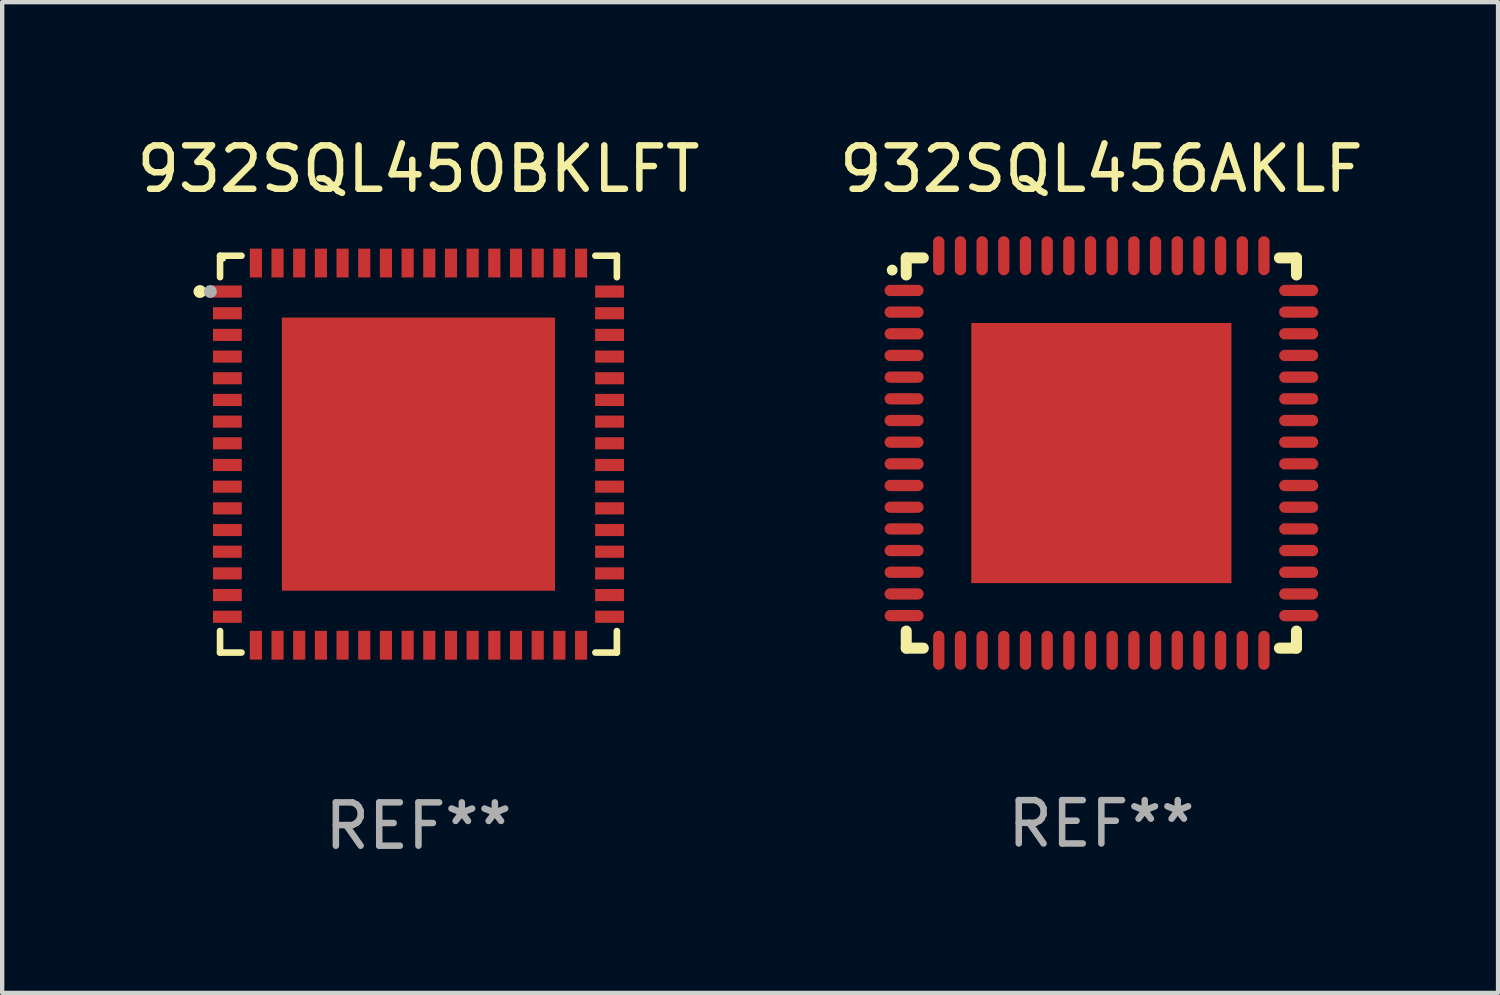
<source format=kicad_pcb>
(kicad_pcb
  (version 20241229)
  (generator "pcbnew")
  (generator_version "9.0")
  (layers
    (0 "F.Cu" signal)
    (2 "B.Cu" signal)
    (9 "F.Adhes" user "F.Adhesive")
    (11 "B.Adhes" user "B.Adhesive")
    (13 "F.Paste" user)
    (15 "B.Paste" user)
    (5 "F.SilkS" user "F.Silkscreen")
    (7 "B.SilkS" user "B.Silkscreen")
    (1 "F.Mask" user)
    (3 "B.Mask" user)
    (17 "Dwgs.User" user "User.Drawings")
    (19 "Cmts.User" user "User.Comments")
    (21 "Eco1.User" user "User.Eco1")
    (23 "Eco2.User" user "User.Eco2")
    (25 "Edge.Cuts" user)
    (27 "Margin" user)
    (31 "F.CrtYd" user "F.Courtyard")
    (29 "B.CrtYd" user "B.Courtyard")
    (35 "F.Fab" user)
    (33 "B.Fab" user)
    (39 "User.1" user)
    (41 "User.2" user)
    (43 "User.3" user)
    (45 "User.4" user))
  (footprint "932SQL456AKLF"
    (layer "F.Cu")
    (at 22.351 7.398)
    (property "Reference" "932SQL456AKLF" (at 0 -6.55 0) (layer "F.SilkS") (effects (font (size 1 1) (thickness 0.15))))
    (attr through_hole)
    (fp_line (start -4.5 -4.5) (end -4.106 -4.5) (stroke (width 0.254) (type solid)) (layer "F.SilkS"))
    (fp_line (start -4.5 -4.106) (end -4.5 -4.5) (stroke (width 0.254) (type solid)) (layer "F.SilkS"))
    (fp_line (start -4.5 4.5) (end -4.5 4.106) (stroke (width 0.254) (type solid)) (layer "F.SilkS"))
    (fp_line (start -4.106 4.5) (end -4.5 4.5) (stroke (width 0.254) (type solid)) (layer "F.SilkS"))
    (fp_line (start 4.106 -4.5) (end 4.5 -4.5) (stroke (width 0.254) (type solid)) (layer "F.SilkS"))
    (fp_line (start 4.5 -4.5) (end 4.5 -4.106) (stroke (width 0.254) (type solid)) (layer "F.SilkS"))
    (fp_line (start 4.5 4.106) (end 4.5 4.5) (stroke (width 0.254) (type solid)) (layer "F.SilkS"))
    (fp_line (start 4.5 4.5) (end 4.106 4.5) (stroke (width 0.254) (type solid)) (layer "F.SilkS"))
    (fp_arc (start -4.824308 -4.217501) (mid -4.824314 -4.218771) (end -4.824308 -4.220041) (stroke (width 0.24892) (type solid)) (layer "F.SilkS"))
    (fp_text user "REF**" (at 0 8.55 0) (layer "F.Fab") (effects (font (size 1 1) (thickness 0.15))))
    (pad "1" smd oval (at -4.55 -3.75) (size 0.9 0.26) (layers "F.Cu" "F.Mask" "F.Paste"))
    (pad "2" smd oval (at -4.55 -3.25) (size 0.9 0.26) (layers "F.Cu" "F.Mask" "F.Paste"))
    (pad "3" smd oval (at -4.55 -2.75) (size 0.9 0.26) (layers "F.Cu" "F.Mask" "F.Paste"))
    (pad "4" smd oval (at -4.55 -2.25) (size 0.9 0.26) (layers "F.Cu" "F.Mask" "F.Paste"))
    (pad "5" smd oval (at -4.55 -1.75) (size 0.9 0.26) (layers "F.Cu" "F.Mask" "F.Paste"))
    (pad "6" smd oval (at -4.55 -1.25) (size 0.9 0.26) (layers "F.Cu" "F.Mask" "F.Paste"))
    (pad "7" smd oval (at -4.55 -0.75) (size 0.9 0.26) (layers "F.Cu" "F.Mask" "F.Paste"))
    (pad "8" smd oval (at -4.55 -0.25) (size 0.9 0.26) (layers "F.Cu" "F.Mask" "F.Paste"))
    (pad "9" smd oval (at -4.55 0.25) (size 0.9 0.26) (layers "F.Cu" "F.Mask" "F.Paste"))
    (pad "10" smd oval (at -4.55 0.75) (size 0.9 0.26) (layers "F.Cu" "F.Mask" "F.Paste"))
    (pad "11" smd oval (at -4.55 1.25) (size 0.9 0.26) (layers "F.Cu" "F.Mask" "F.Paste"))
    (pad "12" smd oval (at -4.55 1.75) (size 0.9 0.26) (layers "F.Cu" "F.Mask" "F.Paste"))
    (pad "13" smd oval (at -4.55 2.25) (size 0.9 0.26) (layers "F.Cu" "F.Mask" "F.Paste"))
    (pad "14" smd oval (at -4.55 2.75) (size 0.9 0.26) (layers "F.Cu" "F.Mask" "F.Paste"))
    (pad "15" smd oval (at -4.55 3.25) (size 0.9 0.26) (layers "F.Cu" "F.Mask" "F.Paste"))
    (pad "16" smd oval (at -4.55 3.75) (size 0.9 0.26) (layers "F.Cu" "F.Mask" "F.Paste"))
    (pad "17" smd oval (at -3.75 4.55) (size 0.26 0.9) (layers "F.Cu" "F.Mask" "F.Paste"))
    (pad "18" smd oval (at -3.25 4.55) (size 0.26 0.9) (layers "F.Cu" "F.Mask" "F.Paste"))
    (pad "19" smd oval (at -2.75 4.55) (size 0.26 0.9) (layers "F.Cu" "F.Mask" "F.Paste"))
    (pad "20" smd oval (at -2.25 4.55) (size 0.26 0.9) (layers "F.Cu" "F.Mask" "F.Paste"))
    (pad "21" smd oval (at -1.75 4.55) (size 0.26 0.9) (layers "F.Cu" "F.Mask" "F.Paste"))
    (pad "22" smd oval (at -1.25 4.55) (size 0.26 0.9) (layers "F.Cu" "F.Mask" "F.Paste"))
    (pad "23" smd oval (at -0.75 4.55) (size 0.26 0.9) (layers "F.Cu" "F.Mask" "F.Paste"))
    (pad "24" smd oval (at -0.25 4.55) (size 0.26 0.9) (layers "F.Cu" "F.Mask" "F.Paste"))
    (pad "25" smd oval (at 0.25 4.55) (size 0.26 0.9) (layers "F.Cu" "F.Mask" "F.Paste"))
    (pad "26" smd oval (at 0.75 4.55) (size 0.26 0.9) (layers "F.Cu" "F.Mask" "F.Paste"))
    (pad "27" smd oval (at 1.25 4.55) (size 0.26 0.9) (layers "F.Cu" "F.Mask" "F.Paste"))
    (pad "28" smd oval (at 1.75 4.55) (size 0.26 0.9) (layers "F.Cu" "F.Mask" "F.Paste"))
    (pad "29" smd oval (at 2.25 4.55) (size 0.26 0.9) (layers "F.Cu" "F.Mask" "F.Paste"))
    (pad "30" smd oval (at 2.75 4.55) (size 0.26 0.9) (layers "F.Cu" "F.Mask" "F.Paste"))
    (pad "31" smd oval (at 3.25 4.55) (size 0.26 0.9) (layers "F.Cu" "F.Mask" "F.Paste"))
    (pad "32" smd oval (at 3.75 4.55) (size 0.26 0.9) (layers "F.Cu" "F.Mask" "F.Paste"))
    (pad "33" smd oval (at 4.55 3.75) (size 0.9 0.26) (layers "F.Cu" "F.Mask" "F.Paste"))
    (pad "34" smd oval (at 4.55 3.25) (size 0.9 0.26) (layers "F.Cu" "F.Mask" "F.Paste"))
    (pad "35" smd oval (at 4.55 2.75) (size 0.9 0.26) (layers "F.Cu" "F.Mask" "F.Paste"))
    (pad "36" smd oval (at 4.55 2.25) (size 0.9 0.26) (layers "F.Cu" "F.Mask" "F.Paste"))
    (pad "37" smd oval (at 4.55 1.75) (size 0.9 0.26) (layers "F.Cu" "F.Mask" "F.Paste"))
    (pad "38" smd oval (at 4.55 1.25) (size 0.9 0.26) (layers "F.Cu" "F.Mask" "F.Paste"))
    (pad "39" smd oval (at 4.55 0.75) (size 0.9 0.26) (layers "F.Cu" "F.Mask" "F.Paste"))
    (pad "40" smd oval (at 4.55 0.25) (size 0.9 0.26) (layers "F.Cu" "F.Mask" "F.Paste"))
    (pad "41" smd oval (at 4.55 -0.25) (size 0.9 0.26) (layers "F.Cu" "F.Mask" "F.Paste"))
    (pad "42" smd oval (at 4.55 -0.75) (size 0.9 0.26) (layers "F.Cu" "F.Mask" "F.Paste"))
    (pad "43" smd oval (at 4.55 -1.25) (size 0.9 0.26) (layers "F.Cu" "F.Mask" "F.Paste"))
    (pad "44" smd oval (at 4.55 -1.75) (size 0.9 0.26) (layers "F.Cu" "F.Mask" "F.Paste"))
    (pad "45" smd oval (at 4.55 -2.25) (size 0.9 0.26) (layers "F.Cu" "F.Mask" "F.Paste"))
    (pad "46" smd oval (at 4.55 -2.75) (size 0.9 0.26) (layers "F.Cu" "F.Mask" "F.Paste"))
    (pad "47" smd oval (at 4.55 -3.25) (size 0.9 0.26) (layers "F.Cu" "F.Mask" "F.Paste"))
    (pad "48" smd oval (at 4.55 -3.75) (size 0.9 0.26) (layers "F.Cu" "F.Mask" "F.Paste"))
    (pad "49" smd oval (at 3.75 -4.55) (size 0.26 0.9) (layers "F.Cu" "F.Mask" "F.Paste"))
    (pad "50" smd oval (at 3.25 -4.55) (size 0.26 0.9) (layers "F.Cu" "F.Mask" "F.Paste"))
    (pad "51" smd oval (at 2.75 -4.55) (size 0.26 0.9) (layers "F.Cu" "F.Mask" "F.Paste"))
    (pad "52" smd oval (at 2.25 -4.55) (size 0.26 0.9) (layers "F.Cu" "F.Mask" "F.Paste"))
    (pad "53" smd oval (at 1.75 -4.55) (size 0.26 0.9) (layers "F.Cu" "F.Mask" "F.Paste"))
    (pad "54" smd oval (at 1.25 -4.55) (size 0.26 0.9) (layers "F.Cu" "F.Mask" "F.Paste"))
    (pad "55" smd oval (at 0.75 -4.55) (size 0.26 0.9) (layers "F.Cu" "F.Mask" "F.Paste"))
    (pad "56" smd oval (at 0.25 -4.55) (size 0.26 0.9) (layers "F.Cu" "F.Mask" "F.Paste"))
    (pad "57" smd oval (at -0.25 -4.55) (size 0.26 0.9) (layers "F.Cu" "F.Mask" "F.Paste"))
    (pad "58" smd oval (at -0.75 -4.55) (size 0.26 0.9) (layers "F.Cu" "F.Mask" "F.Paste"))
    (pad "59" smd oval (at -1.25 -4.55) (size 0.26 0.9) (layers "F.Cu" "F.Mask" "F.Paste"))
    (pad "60" smd oval (at -1.75 -4.55) (size 0.26 0.9) (layers "F.Cu" "F.Mask" "F.Paste"))
    (pad "61" smd oval (at -2.25 -4.55) (size 0.26 0.9) (layers "F.Cu" "F.Mask" "F.Paste"))
    (pad "62" smd oval (at -2.75 -4.55) (size 0.26 0.9) (layers "F.Cu" "F.Mask" "F.Paste"))
    (pad "63" smd oval (at -3.25 -4.55) (size 0.26 0.9) (layers "F.Cu" "F.Mask" "F.Paste"))
    (pad "64" smd oval (at -3.75 -4.55) (size 0.26 0.9) (layers "F.Cu" "F.Mask" "F.Paste"))
    (pad "65" smd rect (at 0 0.000381) (size 6 6) (layers "F.Cu" "F.Mask" "F.Paste")))
  (footprint "932SQL450BKLFT"
    (layer "F.Cu")
    (at 6.601 7.424)
    (property "Reference" "932SQL450BKLFT" (at 0 -6.576 0) (layer "F.SilkS") (effects (font (size 1 1) (thickness 0.15))))
    (attr through_hole)
    (fp_line (start -4.576 -4.576) (end -4.576 -4.081) (stroke (width 0.152) (type solid)) (layer "F.SilkS"))
    (fp_line (start -4.576 4.576) (end -4.576 4.08) (stroke (width 0.152) (type solid)) (layer "F.SilkS"))
    (fp_line (start -4.081 -4.576) (end -4.576 -4.576) (stroke (width 0.152) (type solid)) (layer "F.SilkS"))
    (fp_line (start -4.081 4.576) (end -4.576 4.576) (stroke (width 0.152) (type solid)) (layer "F.SilkS"))
    (fp_line (start 4.08 -4.576) (end 4.576 -4.576) (stroke (width 0.152) (type solid)) (layer "F.SilkS"))
    (fp_line (start 4.08 4.576) (end 4.576 4.576) (stroke (width 0.152) (type solid)) (layer "F.SilkS"))
    (fp_line (start 4.576 -4.576) (end 4.576 -4.081) (stroke (width 0.152) (type solid)) (layer "F.SilkS"))
    (fp_line (start 4.576 4.576) (end 4.576 4.08) (stroke (width 0.152) (type solid)) (layer "F.SilkS"))
    (fp_circle (center -5.04 -3.75) (end -4.965 -3.75) (stroke (width 0.15) (type solid)) (fill no) (layer "F.SilkS"))
    (fp_circle (center -4.5 -4.5) (end -4.47 -4.5) (stroke (width 0.06) (type solid)) (fill no) (layer "F.SilkS"))
    (fp_circle (center -4.8 -3.75) (end -4.725 -3.75) (stroke (width 0.15) (type solid)) (fill no) (layer "F.Fab"))
    (fp_text user "REF**" (at 0 8.576 0) (layer "F.Fab") (effects (font (size 1 1) (thickness 0.15))))
    (pad "1" smd rect (at -4.407 -3.75) (size 0.665 0.28) (layers "F.Cu" "F.Mask" "F.Paste"))
    (pad "2" smd rect (at -4.407 -3.25) (size 0.665 0.28) (layers "F.Cu" "F.Mask" "F.Paste"))
    (pad "3" smd rect (at -4.407 -2.75) (size 0.665 0.28) (layers "F.Cu" "F.Mask" "F.Paste"))
    (pad "4" smd rect (at -4.407 -2.25) (size 0.665 0.28) (layers "F.Cu" "F.Mask" "F.Paste"))
    (pad "5" smd rect (at -4.407 -1.75) (size 0.665 0.28) (layers "F.Cu" "F.Mask" "F.Paste"))
    (pad "6" smd rect (at -4.407 -1.25) (size 0.665 0.28) (layers "F.Cu" "F.Mask" "F.Paste"))
    (pad "7" smd rect (at -4.407 -0.75) (size 0.665 0.28) (layers "F.Cu" "F.Mask" "F.Paste"))
    (pad "8" smd rect (at -4.407 -0.25) (size 0.665 0.28) (layers "F.Cu" "F.Mask" "F.Paste"))
    (pad "9" smd rect (at -4.407 0.25) (size 0.665 0.28) (layers "F.Cu" "F.Mask" "F.Paste"))
    (pad "10" smd rect (at -4.407 0.75) (size 0.665 0.28) (layers "F.Cu" "F.Mask" "F.Paste"))
    (pad "11" smd rect (at -4.407 1.25) (size 0.665 0.28) (layers "F.Cu" "F.Mask" "F.Paste"))
    (pad "12" smd rect (at -4.407 1.75) (size 0.665 0.28) (layers "F.Cu" "F.Mask" "F.Paste"))
    (pad "13" smd rect (at -4.407 2.25) (size 0.665 0.28) (layers "F.Cu" "F.Mask" "F.Paste"))
    (pad "14" smd rect (at -4.407 2.75) (size 0.665 0.28) (layers "F.Cu" "F.Mask" "F.Paste"))
    (pad "15" smd rect (at -4.407 3.25) (size 0.665 0.28) (layers "F.Cu" "F.Mask" "F.Paste"))
    (pad "16" smd rect (at -4.407 3.75) (size 0.665 0.28) (layers "F.Cu" "F.Mask" "F.Paste"))
    (pad "17" smd rect (at -3.75 4.407) (size 0.28 0.665) (layers "F.Cu" "F.Mask" "F.Paste"))
    (pad "18" smd rect (at -3.25 4.407) (size 0.28 0.665) (layers "F.Cu" "F.Mask" "F.Paste"))
    (pad "19" smd rect (at -2.75 4.407) (size 0.28 0.665) (layers "F.Cu" "F.Mask" "F.Paste"))
    (pad "20" smd rect (at -2.25 4.407) (size 0.28 0.665) (layers "F.Cu" "F.Mask" "F.Paste"))
    (pad "21" smd rect (at -1.75 4.407) (size 0.28 0.665) (layers "F.Cu" "F.Mask" "F.Paste"))
    (pad "22" smd rect (at -1.25 4.407) (size 0.28 0.665) (layers "F.Cu" "F.Mask" "F.Paste"))
    (pad "23" smd rect (at -0.75 4.407) (size 0.28 0.665) (layers "F.Cu" "F.Mask" "F.Paste"))
    (pad "24" smd rect (at -0.25 4.407) (size 0.28 0.665) (layers "F.Cu" "F.Mask" "F.Paste"))
    (pad "25" smd rect (at 0.25 4.407) (size 0.28 0.665) (layers "F.Cu" "F.Mask" "F.Paste"))
    (pad "26" smd rect (at 0.75 4.407) (size 0.28 0.665) (layers "F.Cu" "F.Mask" "F.Paste"))
    (pad "27" smd rect (at 1.25 4.407) (size 0.28 0.665) (layers "F.Cu" "F.Mask" "F.Paste"))
    (pad "28" smd rect (at 1.75 4.407) (size 0.28 0.665) (layers "F.Cu" "F.Mask" "F.Paste"))
    (pad "29" smd rect (at 2.25 4.407) (size 0.28 0.665) (layers "F.Cu" "F.Mask" "F.Paste"))
    (pad "30" smd rect (at 2.75 4.407) (size 0.28 0.665) (layers "F.Cu" "F.Mask" "F.Paste"))
    (pad "31" smd rect (at 3.25 4.407) (size 0.28 0.665) (layers "F.Cu" "F.Mask" "F.Paste"))
    (pad "32" smd rect (at 3.75 4.407) (size 0.28 0.665) (layers "F.Cu" "F.Mask" "F.Paste"))
    (pad "33" smd rect (at 4.407 3.75) (size 0.665 0.28) (layers "F.Cu" "F.Mask" "F.Paste"))
    (pad "34" smd rect (at 4.407 3.25) (size 0.665 0.28) (layers "F.Cu" "F.Mask" "F.Paste"))
    (pad "35" smd rect (at 4.407 2.75) (size 0.665 0.28) (layers "F.Cu" "F.Mask" "F.Paste"))
    (pad "36" smd rect (at 4.407 2.25) (size 0.665 0.28) (layers "F.Cu" "F.Mask" "F.Paste"))
    (pad "37" smd rect (at 4.407 1.75) (size 0.665 0.28) (layers "F.Cu" "F.Mask" "F.Paste"))
    (pad "38" smd rect (at 4.407 1.25) (size 0.665 0.28) (layers "F.Cu" "F.Mask" "F.Paste"))
    (pad "39" smd rect (at 4.407 0.75) (size 0.665 0.28) (layers "F.Cu" "F.Mask" "F.Paste"))
    (pad "40" smd rect (at 4.407 0.25) (size 0.665 0.28) (layers "F.Cu" "F.Mask" "F.Paste"))
    (pad "41" smd rect (at 4.407 -0.25) (size 0.665 0.28) (layers "F.Cu" "F.Mask" "F.Paste"))
    (pad "42" smd rect (at 4.407 -0.75) (size 0.665 0.28) (layers "F.Cu" "F.Mask" "F.Paste"))
    (pad "43" smd rect (at 4.407 -1.25) (size 0.665 0.28) (layers "F.Cu" "F.Mask" "F.Paste"))
    (pad "44" smd rect (at 4.407 -1.75) (size 0.665 0.28) (layers "F.Cu" "F.Mask" "F.Paste"))
    (pad "45" smd rect (at 4.407 -2.25) (size 0.665 0.28) (layers "F.Cu" "F.Mask" "F.Paste"))
    (pad "46" smd rect (at 4.407 -2.75) (size 0.665 0.28) (layers "F.Cu" "F.Mask" "F.Paste"))
    (pad "47" smd rect (at 4.407 -3.25) (size 0.665 0.28) (layers "F.Cu" "F.Mask" "F.Paste"))
    (pad "48" smd rect (at 4.407 -3.75) (size 0.665 0.28) (layers "F.Cu" "F.Mask" "F.Paste"))
    (pad "49" smd rect (at 3.75 -4.407) (size 0.28 0.665) (layers "F.Cu" "F.Mask" "F.Paste"))
    (pad "50" smd rect (at 3.25 -4.407) (size 0.28 0.665) (layers "F.Cu" "F.Mask" "F.Paste"))
    (pad "51" smd rect (at 2.75 -4.407) (size 0.28 0.665) (layers "F.Cu" "F.Mask" "F.Paste"))
    (pad "52" smd rect (at 2.25 -4.407) (size 0.28 0.665) (layers "F.Cu" "F.Mask" "F.Paste"))
    (pad "53" smd rect (at 1.75 -4.407) (size 0.28 0.665) (layers "F.Cu" "F.Mask" "F.Paste"))
    (pad "54" smd rect (at 1.25 -4.407) (size 0.28 0.665) (layers "F.Cu" "F.Mask" "F.Paste"))
    (pad "55" smd rect (at 0.75 -4.407) (size 0.28 0.665) (layers "F.Cu" "F.Mask" "F.Paste"))
    (pad "56" smd rect (at 0.25 -4.407) (size 0.28 0.665) (layers "F.Cu" "F.Mask" "F.Paste"))
    (pad "57" smd rect (at -0.25 -4.407) (size 0.28 0.665) (layers "F.Cu" "F.Mask" "F.Paste"))
    (pad "58" smd rect (at -0.75 -4.407) (size 0.28 0.665) (layers "F.Cu" "F.Mask" "F.Paste"))
    (pad "59" smd rect (at -1.25 -4.407) (size 0.28 0.665) (layers "F.Cu" "F.Mask" "F.Paste"))
    (pad "60" smd rect (at -1.75 -4.407) (size 0.28 0.665) (layers "F.Cu" "F.Mask" "F.Paste"))
    (pad "61" smd rect (at -2.25 -4.407) (size 0.28 0.665) (layers "F.Cu" "F.Mask" "F.Paste"))
    (pad "62" smd rect (at -2.75 -4.407) (size 0.28 0.665) (layers "F.Cu" "F.Mask" "F.Paste"))
    (pad "63" smd rect (at -3.25 -4.407) (size 0.28 0.665) (layers "F.Cu" "F.Mask" "F.Paste"))
    (pad "64" smd rect (at -3.75 -4.407) (size 0.28 0.665) (layers "F.Cu" "F.Mask" "F.Paste"))
    (pad "65" smd rect (at -0.000025 0) (size 6.3 6.3) (layers "F.Cu" "F.Mask" "F.Paste")))
  (gr_rect
    (start -3 -3)
    (end 31.5 19.849)
    (stroke (width 0.1) (type default))
    (fill no)
    (layer "Edge.Cuts")))
</source>
